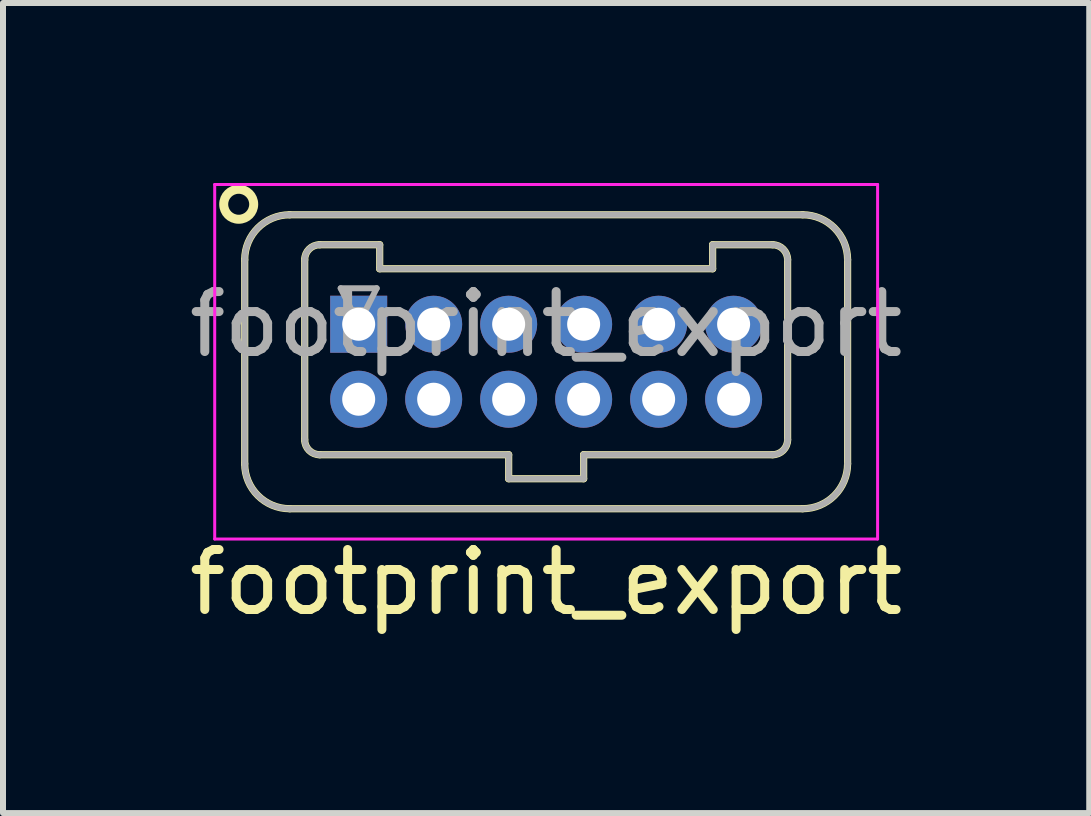
<source format=kicad_pcb>
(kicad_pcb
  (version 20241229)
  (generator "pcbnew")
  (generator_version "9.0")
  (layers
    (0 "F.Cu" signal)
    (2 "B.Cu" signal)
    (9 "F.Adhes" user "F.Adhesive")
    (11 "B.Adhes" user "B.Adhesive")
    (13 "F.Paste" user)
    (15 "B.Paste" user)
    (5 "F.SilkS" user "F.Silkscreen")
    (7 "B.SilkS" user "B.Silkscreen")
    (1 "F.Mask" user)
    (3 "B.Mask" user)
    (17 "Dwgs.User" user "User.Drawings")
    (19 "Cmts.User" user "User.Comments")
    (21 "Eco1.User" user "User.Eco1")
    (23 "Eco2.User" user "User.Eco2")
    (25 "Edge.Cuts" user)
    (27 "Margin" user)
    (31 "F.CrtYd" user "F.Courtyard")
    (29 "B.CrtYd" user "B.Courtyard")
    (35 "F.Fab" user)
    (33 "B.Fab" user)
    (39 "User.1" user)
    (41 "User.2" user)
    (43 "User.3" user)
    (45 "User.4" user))
  (footprint "footprint_export"
    (layer "F.Cu")
    (at 2.929 2.355)
    (property "Reference" "footprint_export" (at 3.125 4.3 0) (layer "F.SilkS") (effects (font (size 1 1) (thickness 0.15))))
    (attr through_hole)
    (fp_line (start -1.9 -1.075) (end -1.9 2.325) (stroke (width 0.12) (type solid)) (layer "F.SilkS"))
    (fp_line (start -1.15 -1.825) (end 7.4 -1.825) (stroke (width 0.12) (type solid)) (layer "F.SilkS"))
    (fp_line (start -1.15 3.075) (end 7.4 3.075) (stroke (width 0.12) (type solid)) (layer "F.SilkS"))
    (fp_line (start -0.9 -1.075) (end -0.9 1.925) (stroke (width 0.12) (type solid)) (layer "F.SilkS"))
    (fp_line (start -0.65 -1.325) (end 0.35 -1.325) (stroke (width 0.12) (type solid)) (layer "F.SilkS"))
    (fp_line (start -0.65 2.175) (end 2.5 2.175) (stroke (width 0.12) (type solid)) (layer "F.SilkS"))
    (fp_line (start 0.35 -1.325) (end 0.35 -0.925) (stroke (width 0.12) (type solid)) (layer "F.SilkS"))
    (fp_line (start 0.35 -0.925) (end 5.9 -0.925) (stroke (width 0.12) (type solid)) (layer "F.SilkS"))
    (fp_line (start 2.5 2.175) (end 2.5 2.575) (stroke (width 0.12) (type solid)) (layer "F.SilkS"))
    (fp_line (start 2.5 2.575) (end 3.75 2.575) (stroke (width 0.12) (type solid)) (layer "F.SilkS"))
    (fp_line (start 3.75 2.175) (end 6.9 2.175) (stroke (width 0.12) (type solid)) (layer "F.SilkS"))
    (fp_line (start 3.75 2.575) (end 3.75 2.175) (stroke (width 0.12) (type solid)) (layer "F.SilkS"))
    (fp_line (start 5.9 -1.325) (end 6.9 -1.325) (stroke (width 0.12) (type solid)) (layer "F.SilkS"))
    (fp_line (start 5.9 -0.925) (end 5.9 -1.325) (stroke (width 0.12) (type solid)) (layer "F.SilkS"))
    (fp_line (start 7.15 -1.075) (end 7.15 1.925) (stroke (width 0.12) (type solid)) (layer "F.SilkS"))
    (fp_line (start 8.15 -1.075) (end 8.15 2.325) (stroke (width 0.12) (type solid)) (layer "F.SilkS"))
    (fp_arc (start -1.9 -1.075) (mid -1.68033 -1.60533) (end -1.15 -1.825) (stroke (width 0.12) (type solid)) (layer "F.SilkS"))
    (fp_arc (start -1.15 3.075) (mid -1.68033 2.85533) (end -1.9 2.325) (stroke (width 0.12) (type solid)) (layer "F.SilkS"))
    (fp_arc (start -0.9 -1.075) (mid -0.826777 -1.251777) (end -0.65 -1.325) (stroke (width 0.12) (type solid)) (layer "F.SilkS"))
    (fp_arc (start -0.65 2.175) (mid -0.826777 2.101777) (end -0.9 1.925) (stroke (width 0.12) (type solid)) (layer "F.SilkS"))
    (fp_arc (start 6.9 -1.325) (mid 7.076777 -1.251777) (end 7.15 -1.075) (stroke (width 0.12) (type solid)) (layer "F.SilkS"))
    (fp_arc (start 7.15 1.925) (mid 7.076777 2.101777) (end 6.9 2.175) (stroke (width 0.12) (type solid)) (layer "F.SilkS"))
    (fp_arc (start 7.4 -1.825) (mid 7.93033 -1.60533) (end 8.15 -1.075) (stroke (width 0.12) (type solid)) (layer "F.SilkS"))
    (fp_arc (start 8.15 2.325) (mid 7.93033 2.85533) (end 7.4 3.075) (stroke (width 0.12) (type solid)) (layer "F.SilkS"))
    (fp_circle (center -2 -2) (end -1.75 -2) (stroke (width 0.15) (type solid)) (fill no) (layer "F.SilkS"))
    (fp_line (start -2.4 -2.33) (end -2.4 3.58) (stroke (width 0.05) (type solid)) (layer "F.CrtYd"))
    (fp_line (start -2.4 3.58) (end 8.65 3.58) (stroke (width 0.05) (type solid)) (layer "F.CrtYd"))
    (fp_line (start 8.65 -2.33) (end -2.4 -2.33) (stroke (width 0.05) (type solid)) (layer "F.CrtYd"))
    (fp_line (start 8.65 3.58) (end 8.65 -2.33) (stroke (width 0.05) (type solid)) (layer "F.CrtYd"))
    (fp_line (start -1.9 -1.075) (end -1.9 2.325) (stroke (width 0.1) (type solid)) (layer "F.Fab"))
    (fp_line (start -1.15 -1.825) (end 7.4 -1.825) (stroke (width 0.1) (type solid)) (layer "F.Fab"))
    (fp_line (start -1.15 3.075) (end 7.4 3.075) (stroke (width 0.1) (type solid)) (layer "F.Fab"))
    (fp_line (start -0.9 -1.075) (end -0.9 1.925) (stroke (width 0.1) (type solid)) (layer "F.Fab"))
    (fp_line (start -0.65 -1.325) (end 0.35 -1.325) (stroke (width 0.1) (type solid)) (layer "F.Fab"))
    (fp_line (start -0.65 2.175) (end 2.5 2.175) (stroke (width 0.1) (type solid)) (layer "F.Fab"))
    (fp_line (start -0.3 -0.6) (end 0.3 -0.6) (stroke (width 0.1) (type solid)) (layer "F.Fab"))
    (fp_line (start 0 0) (end -0.3 -0.6) (stroke (width 0.1) (type solid)) (layer "F.Fab"))
    (fp_line (start 0.3 -0.6) (end 0 0) (stroke (width 0.1) (type solid)) (layer "F.Fab"))
    (fp_line (start 0.35 -1.325) (end 0.35 -0.925) (stroke (width 0.1) (type solid)) (layer "F.Fab"))
    (fp_line (start 0.35 -0.925) (end 5.9 -0.925) (stroke (width 0.1) (type solid)) (layer "F.Fab"))
    (fp_line (start 2.5 2.175) (end 2.5 2.575) (stroke (width 0.1) (type solid)) (layer "F.Fab"))
    (fp_line (start 2.5 2.575) (end 3.75 2.575) (stroke (width 0.1) (type solid)) (layer "F.Fab"))
    (fp_line (start 3.75 2.175) (end 6.9 2.175) (stroke (width 0.1) (type solid)) (layer "F.Fab"))
    (fp_line (start 3.75 2.575) (end 3.75 2.175) (stroke (width 0.1) (type solid)) (layer "F.Fab"))
    (fp_line (start 5.9 -1.325) (end 6.9 -1.325) (stroke (width 0.1) (type solid)) (layer "F.Fab"))
    (fp_line (start 5.9 -0.925) (end 5.9 -1.325) (stroke (width 0.1) (type solid)) (layer "F.Fab"))
    (fp_line (start 7.15 -1.075) (end 7.15 1.925) (stroke (width 0.1) (type solid)) (layer "F.Fab"))
    (fp_line (start 8.15 -1.075) (end 8.15 2.325) (stroke (width 0.1) (type solid)) (layer "F.Fab"))
    (fp_arc (start -1.9 -1.075) (mid -1.68033 -1.60533) (end -1.15 -1.825) (stroke (width 0.1) (type solid)) (layer "F.Fab"))
    (fp_arc (start -1.15 3.075) (mid -1.68033 2.85533) (end -1.9 2.325) (stroke (width 0.1) (type solid)) (layer "F.Fab"))
    (fp_arc (start -0.9 -1.075) (mid -0.826777 -1.251777) (end -0.65 -1.325) (stroke (width 0.1) (type solid)) (layer "F.Fab"))
    (fp_arc (start -0.65 2.175) (mid -0.826777 2.101777) (end -0.9 1.925) (stroke (width 0.1) (type solid)) (layer "F.Fab"))
    (fp_arc (start 6.9 -1.325) (mid 7.076777 -1.251777) (end 7.15 -1.075) (stroke (width 0.1) (type solid)) (layer "F.Fab"))
    (fp_arc (start 7.15 1.925) (mid 7.076777 2.101777) (end 6.9 2.175) (stroke (width 0.1) (type solid)) (layer "F.Fab"))
    (fp_arc (start 7.4 -1.825) (mid 7.93033 -1.60533) (end 8.15 -1.075) (stroke (width 0.1) (type solid)) (layer "F.Fab"))
    (fp_arc (start 8.15 2.325) (mid 7.93033 2.85533) (end 7.4 3.075) (stroke (width 0.1) (type solid)) (layer "F.Fab"))
    (fp_text user "${REFERENCE}" (at 3.125 0 0) (layer "F.Fab") (effects (font (size 1 1) (thickness 0.15))))
    (pad "1" thru_hole rect (at 0 0) (size 0.95 0.95) (drill 0.55) (layers "*.Cu" "*.Mask"))
    (pad "2" thru_hole circle (at 0 1.25) (size 0.95 0.95) (drill 0.55) (layers "*.Cu" "*.Mask"))
    (pad "3" thru_hole circle (at 1.25 0) (size 0.95 0.95) (drill 0.55) (layers "*.Cu" "*.Mask"))
    (pad "4" thru_hole circle (at 1.25 1.25) (size 0.95 0.95) (drill 0.55) (layers "*.Cu" "*.Mask"))
    (pad "5" thru_hole circle (at 2.5 0) (size 0.95 0.95) (drill 0.55) (layers "*.Cu" "*.Mask"))
    (pad "6" thru_hole circle (at 2.5 1.25) (size 0.95 0.95) (drill 0.55) (layers "*.Cu" "*.Mask"))
    (pad "7" thru_hole circle (at 3.75 0) (size 0.95 0.95) (drill 0.55) (layers "*.Cu" "*.Mask"))
    (pad "8" thru_hole circle (at 3.75 1.25) (size 0.95 0.95) (drill 0.55) (layers "*.Cu" "*.Mask"))
    (pad "9" thru_hole circle (at 5 0) (size 0.95 0.95) (drill 0.55) (layers "*.Cu" "*.Mask"))
    (pad "10" thru_hole circle (at 5 1.25) (size 0.95 0.95) (drill 0.55) (layers "*.Cu" "*.Mask"))
    (pad "11" thru_hole circle (at 6.25 0) (size 0.95 0.95) (drill 0.55) (layers "*.Cu" "*.Mask"))
    (pad "12" thru_hole circle (at 6.25 1.25) (size 0.95 0.95) (drill 0.55) (layers "*.Cu" "*.Mask")))
  (gr_rect
    (start -3 -3)
    (end 15.107 10.503)
    (stroke (width 0.1) (type default))
    (fill no)
    (layer "Edge.Cuts")))
</source>
